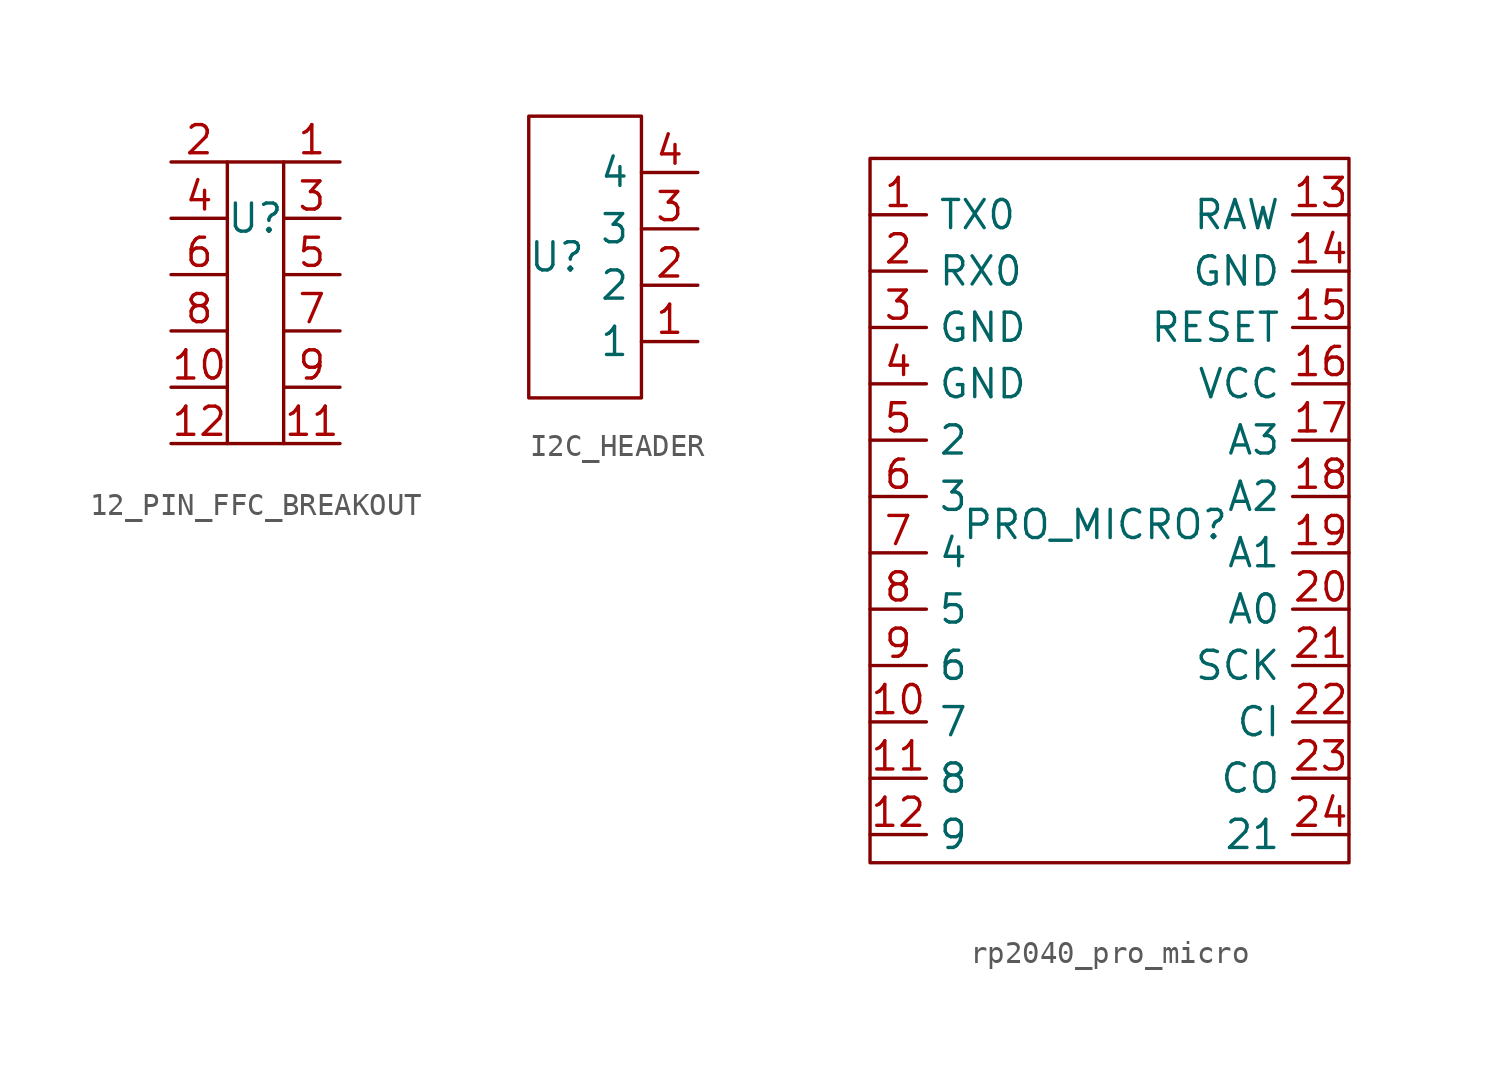
<source format=kicad_sym>
(kicad_symbol_lib
  (version 20220914)
  (generator kicad_symbol_editor)
  (symbol "12_PIN_FFC_BREAKOUT"
    (property "Reference" "U"
      (at 0 0 0)
      (effects (font (size 1.27 1.27))))
    (property "Value" ""
      (at 0 0 0)
      (effects (font (size 1.27 1.27))))
    (symbol "12_PIN_FFC_BREAKOUT_0_1"
      (rectangle (start -1.27 2.54) (end 1.27 -10.16) (stroke (width 0) (type default)) (fill (type none))))
    (symbol "12_PIN_FFC_BREAKOUT_1_1"
      (pin bidirectional line (at 3.81 2.54 180) (length 2.54) (name "" (effects (font (size 1.27 1.27)))) (number "1" (effects (font (size 1.27 1.27)))))
      (pin bidirectional line (at -3.81 -7.62 0) (length 2.54) (name "" (effects (font (size 1.27 1.27)))) (number "10" (effects (font (size 1.27 1.27)))))
      (pin bidirectional line (at 3.81 -10.16 180) (length 2.54) (name "" (effects (font (size 1.27 1.27)))) (number "11" (effects (font (size 1.27 1.27)))))
      (pin bidirectional line (at -3.81 -10.16 0) (length 2.54) (name "" (effects (font (size 1.27 1.27)))) (number "12" (effects (font (size 1.27 1.27)))))
      (pin bidirectional line (at -3.81 2.54 0) (length 2.54) (name "" (effects (font (size 1.27 1.27)))) (number "2" (effects (font (size 1.27 1.27)))))
      (pin bidirectional line (at 3.81 0 180) (length 2.54) (name "" (effects (font (size 1.27 1.27)))) (number "3" (effects (font (size 1.27 1.27)))))
      (pin bidirectional line (at -3.81 0 0) (length 2.54) (name "" (effects (font (size 1.27 1.27)))) (number "4" (effects (font (size 1.27 1.27)))))
      (pin bidirectional line (at 3.81 -2.54 180) (length 2.54) (name "" (effects (font (size 1.27 1.27)))) (number "5" (effects (font (size 1.27 1.27)))))
      (pin bidirectional line (at -3.81 -2.54 0) (length 2.54) (name "" (effects (font (size 1.27 1.27)))) (number "6" (effects (font (size 1.27 1.27)))))
      (pin bidirectional line (at 3.81 -5.08 180) (length 2.54) (name "" (effects (font (size 1.27 1.27)))) (number "7" (effects (font (size 1.27 1.27)))))
      (pin bidirectional line (at -3.81 -5.08 0) (length 2.54) (name "" (effects (font (size 1.27 1.27)))) (number "8" (effects (font (size 1.27 1.27)))))
      (pin bidirectional line (at 3.81 -7.62 180) (length 2.54) (name "" (effects (font (size 1.27 1.27)))) (number "9" (effects (font (size 1.27 1.27)))))))
  (symbol "I2C_HEADER"
    (property "Reference" "U"
      (at 0 0 0)
      (effects (font (size 1.27 1.27))))
    (property "Value" ""
      (at 0 0 0)
      (effects (font (size 1.27 1.27))))
    (symbol "I2C_HEADER_0_1"
      (rectangle (start -1.27 6.35) (end 3.81 -6.35) (stroke (width 0) (type default)) (fill (type none))))
    (symbol "I2C_HEADER_1_1"
      (pin bidirectional line (at 6.35 -3.81 180) (length 2.54) (name "1" (effects (font (size 1.27 1.27)))) (number "1" (effects (font (size 1.27 1.27)))))
      (pin bidirectional line (at 6.35 -1.27 180) (length 2.54) (name "2" (effects (font (size 1.27 1.27)))) (number "2" (effects (font (size 1.27 1.27)))))
      (pin bidirectional line (at 6.35 1.27 180) (length 2.54) (name "3" (effects (font (size 1.27 1.27)))) (number "3" (effects (font (size 1.27 1.27)))))
      (pin bidirectional line (at 6.35 3.81 180) (length 2.54) (name "4" (effects (font (size 1.27 1.27)))) (number "4" (effects (font (size 1.27 1.27)))))))
  (symbol "rp2040_pro_micro"
    (property "Reference" "PRO_MICRO"
      (at 0 0 0)
      (effects (font (size 1.27 1.27))))
    (property "Value" ""
      (at 0 0 0)
      (effects (font (size 1.27 1.27))))
    (symbol "rp2040_pro_micro_0_1"
      (rectangle (start -10.16 16.51) (end 11.43 -15.24) (stroke (width 0) (type default)) (fill (type none))))
    (symbol "rp2040_pro_micro_1_1"
      (pin bidirectional line (at -10.16 13.97 0) (length 2.54) (name "TX0" (effects (font (size 1.27 1.27)))) (number "1" (effects (font (size 1.27 1.27)))))
      (pin bidirectional line (at -10.16 -8.89 0) (length 2.54) (name "7" (effects (font (size 1.27 1.27)))) (number "10" (effects (font (size 1.27 1.27)))))
      (pin bidirectional line (at -10.16 -11.43 0) (length 2.54) (name "8" (effects (font (size 1.27 1.27)))) (number "11" (effects (font (size 1.27 1.27)))))
      (pin bidirectional line (at -10.16 -13.97 0) (length 2.54) (name "9" (effects (font (size 1.27 1.27)))) (number "12" (effects (font (size 1.27 1.27)))))
      (pin bidirectional line (at 11.43 13.97 180) (length 2.54) (name "RAW" (effects (font (size 1.27 1.27)))) (number "13" (effects (font (size 1.27 1.27)))))
      (pin bidirectional line (at 11.43 11.43 180) (length 2.54) (name "GND" (effects (font (size 1.27 1.27)))) (number "14" (effects (font (size 1.27 1.27)))))
      (pin bidirectional line (at 11.43 8.89 180) (length 2.54) (name "RESET" (effects (font (size 1.27 1.27)))) (number "15" (effects (font (size 1.27 1.27)))))
      (pin bidirectional line (at 11.43 6.35 180) (length 2.54) (name "VCC" (effects (font (size 1.27 1.27)))) (number "16" (effects (font (size 1.27 1.27)))))
      (pin bidirectional line (at 11.43 3.81 180) (length 2.54) (name "A3" (effects (font (size 1.27 1.27)))) (number "17" (effects (font (size 1.27 1.27)))))
      (pin bidirectional line (at 11.43 1.27 180) (length 2.54) (name "A2" (effects (font (size 1.27 1.27)))) (number "18" (effects (font (size 1.27 1.27)))))
      (pin bidirectional line (at 11.43 -1.27 180) (length 2.54) (name "A1" (effects (font (size 1.27 1.27)))) (number "19" (effects (font (size 1.27 1.27)))))
      (pin bidirectional line (at -10.16 11.43 0) (length 2.54) (name "RX0" (effects (font (size 1.27 1.27)))) (number "2" (effects (font (size 1.27 1.27)))))
      (pin bidirectional line (at 11.43 -3.81 180) (length 2.54) (name "A0" (effects (font (size 1.27 1.27)))) (number "20" (effects (font (size 1.27 1.27)))))
      (pin bidirectional line (at 11.43 -6.35 180) (length 2.54) (name "SCK" (effects (font (size 1.27 1.27)))) (number "21" (effects (font (size 1.27 1.27)))))
      (pin bidirectional line (at 11.43 -8.89 180) (length 2.54) (name "CI" (effects (font (size 1.27 1.27)))) (number "22" (effects (font (size 1.27 1.27)))))
      (pin bidirectional line (at 11.43 -11.43 180) (length 2.54) (name "CO" (effects (font (size 1.27 1.27)))) (number "23" (effects (font (size 1.27 1.27)))))
      (pin bidirectional line (at 11.43 -13.97 180) (length 2.54) (name "21" (effects (font (size 1.27 1.27)))) (number "24" (effects (font (size 1.27 1.27)))))
      (pin bidirectional line (at -10.16 8.89 0) (length 2.54) (name "GND" (effects (font (size 1.27 1.27)))) (number "3" (effects (font (size 1.27 1.27)))))
      (pin bidirectional line (at -10.16 6.35 0) (length 2.54) (name "GND" (effects (font (size 1.27 1.27)))) (number "4" (effects (font (size 1.27 1.27)))))
      (pin bidirectional line (at -10.16 3.81 0) (length 2.54) (name "2" (effects (font (size 1.27 1.27)))) (number "5" (effects (font (size 1.27 1.27)))))
      (pin bidirectional line (at -10.16 1.27 0) (length 2.54) (name "3" (effects (font (size 1.27 1.27)))) (number "6" (effects (font (size 1.27 1.27)))))
      (pin bidirectional line (at -10.16 -1.27 0) (length 2.54) (name "4" (effects (font (size 1.27 1.27)))) (number "7" (effects (font (size 1.27 1.27)))))
      (pin bidirectional line (at -10.16 -3.81 0) (length 2.54) (name "5" (effects (font (size 1.27 1.27)))) (number "8" (effects (font (size 1.27 1.27)))))
      (pin bidirectional line (at -10.16 -6.35 0) (length 2.54) (name "6" (effects (font (size 1.27 1.27)))) (number "9" (effects (font (size 1.27 1.27))))))))
</source>
